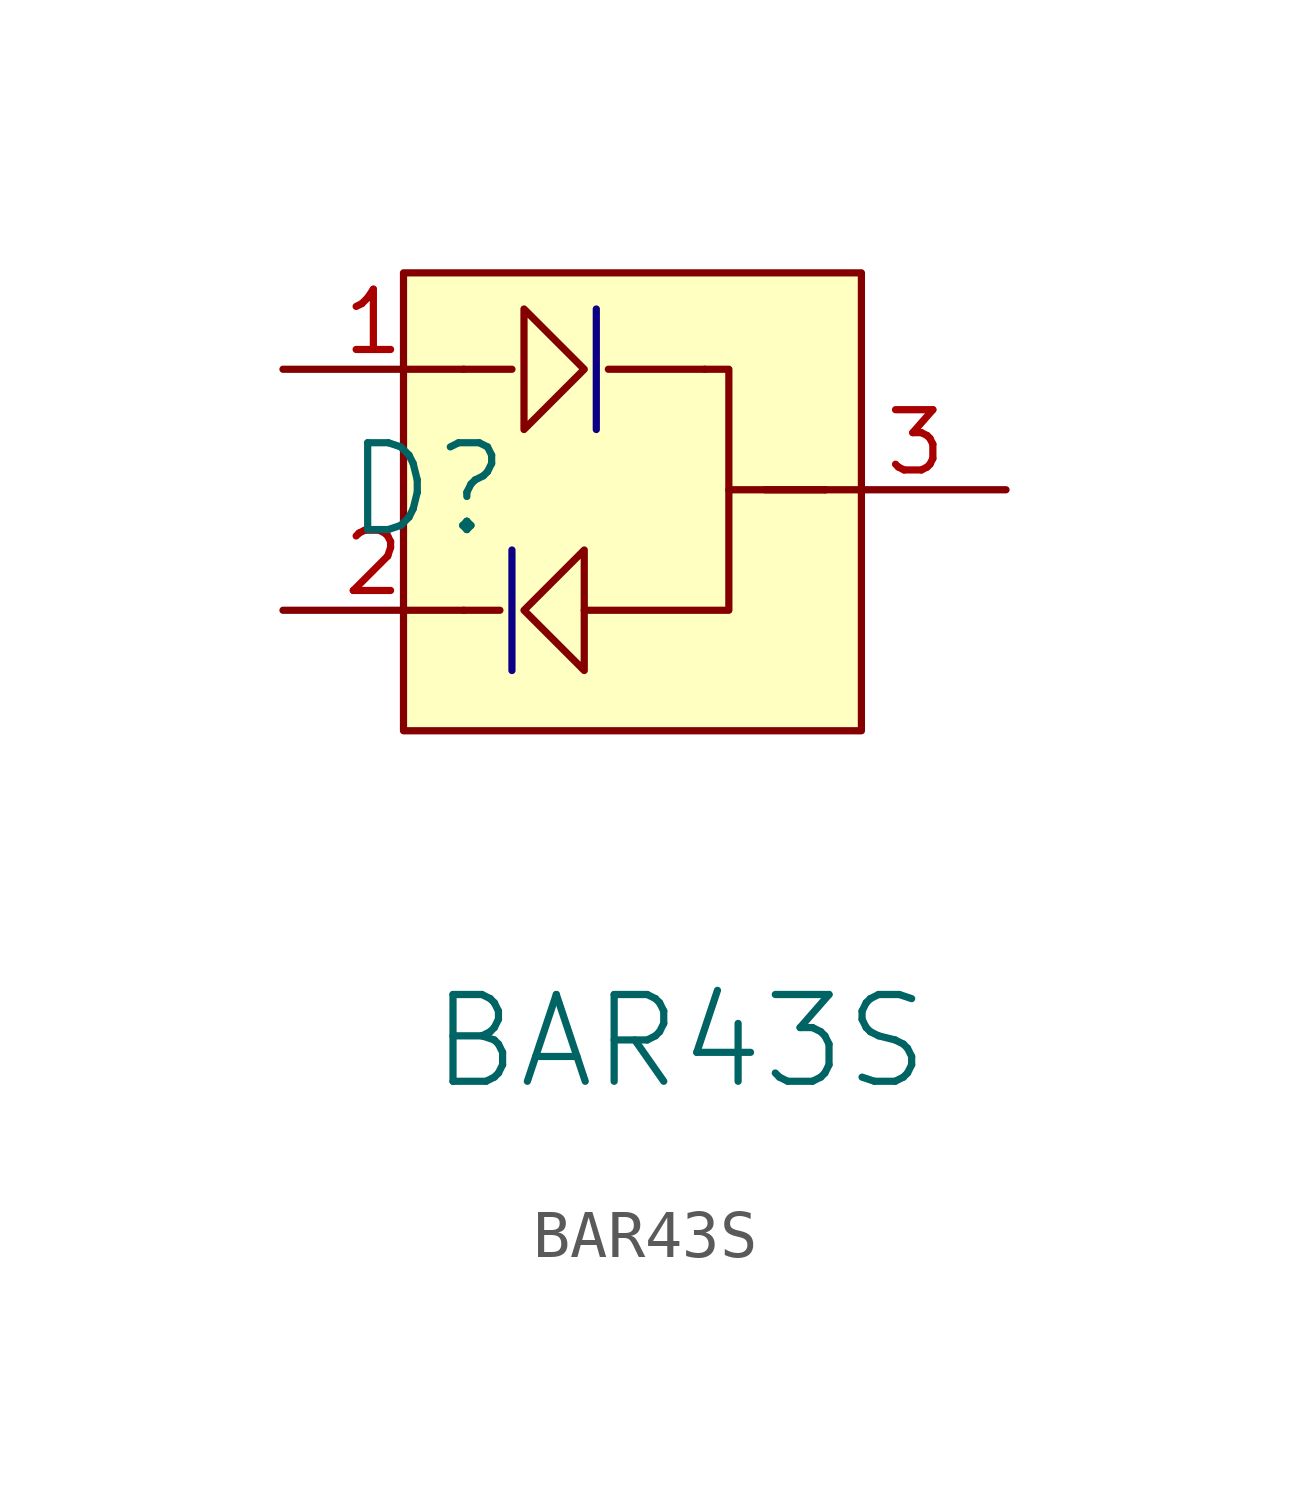
<source format=kicad_sym>
(kicad_symbol_lib
  (version 20241209)
  (generator "kicad_symbol_editor")
  (generator_version "9.0")
  (symbol "BAR43S"
    (pin_names
      (hide yes))
    (property "Reference" "D"
      (at -4.572 7.62 0)
      (effects (font (size 1.829 1.829))))
    (property "Value" "BAR43S"
      (at -4.572 -5.08 0)
      (effects (font (size 1.829 1.829)) (justify left bottom)))
    (symbol "BAR43S_1_0"
      (polyline (pts (xy -3.81 10.16) (xy -2.794 10.16)) (stroke (width 0) (type solid)) (fill (type none)))
      (polyline (pts (xy -3.81 5.08) (xy -3.048 5.08)) (stroke (width 0) (type solid)) (fill (type none)))
      (polyline (pts (xy -2.794 3.81) (xy -2.794 6.35)) (stroke (width 0) (type solid) (color 12 0 135 1)) (fill (type none)))
      (polyline (pts (xy -2.54 11.43) (xy -1.27 10.16) (xy -2.54 8.89) (xy -2.54 11.43)) (stroke (width 0) (type solid)) (fill (type color) (color 66 28 139 1)))
      (polyline (pts (xy -1.27 3.81) (xy -2.54 5.08) (xy -1.27 6.35) (xy -1.27 3.81)) (stroke (width 0) (type solid)) (fill (type color) (color 66 28 139 1)))
      (polyline (pts (xy -1.016 8.89) (xy -1.016 11.43)) (stroke (width 0) (type solid) (color 12 0 135 1)) (fill (type none)))
      (polyline (pts (xy 1.27 10.16) (xy -0.762 10.16)) (stroke (width 0) (type solid)) (fill (type none)))
      (polyline (pts (xy 1.27 10.16) (xy 1.778 10.16) (xy 1.778 5.08) (xy -1.27 5.08)) (stroke (width 0) (type solid)) (fill (type none)))
      (polyline (pts (xy 2.54 7.62) (xy 3.81 7.62)) (stroke (width 0) (type solid)) (fill (type none)))
      (polyline (pts (xy 3.81 7.62) (xy 1.778 7.62)) (stroke (width 0) (type solid)) (fill (type none)))
      (rectangle (start 4.572 12.192) (end -5.08 2.54) (stroke (width 0) (type solid)) (fill (type background)))
      (pin passive line (at -7.62 10.16 0) (length 3.81) (name "0" (effects (font (size 1.27 1.27)))) (number "1" (effects (font (size 1.27 1.27)))))
      (pin passive line (at -7.62 5.08 0) (length 3.81) (name "0" (effects (font (size 1.27 1.27)))) (number "2" (effects (font (size 1.27 1.27)))))
      (pin passive line (at 7.62 7.62 180) (length 3.81) (name "0" (effects (font (size 1.27 1.27)))) (number "3" (effects (font (size 1.27 1.27))))))))
</source>
